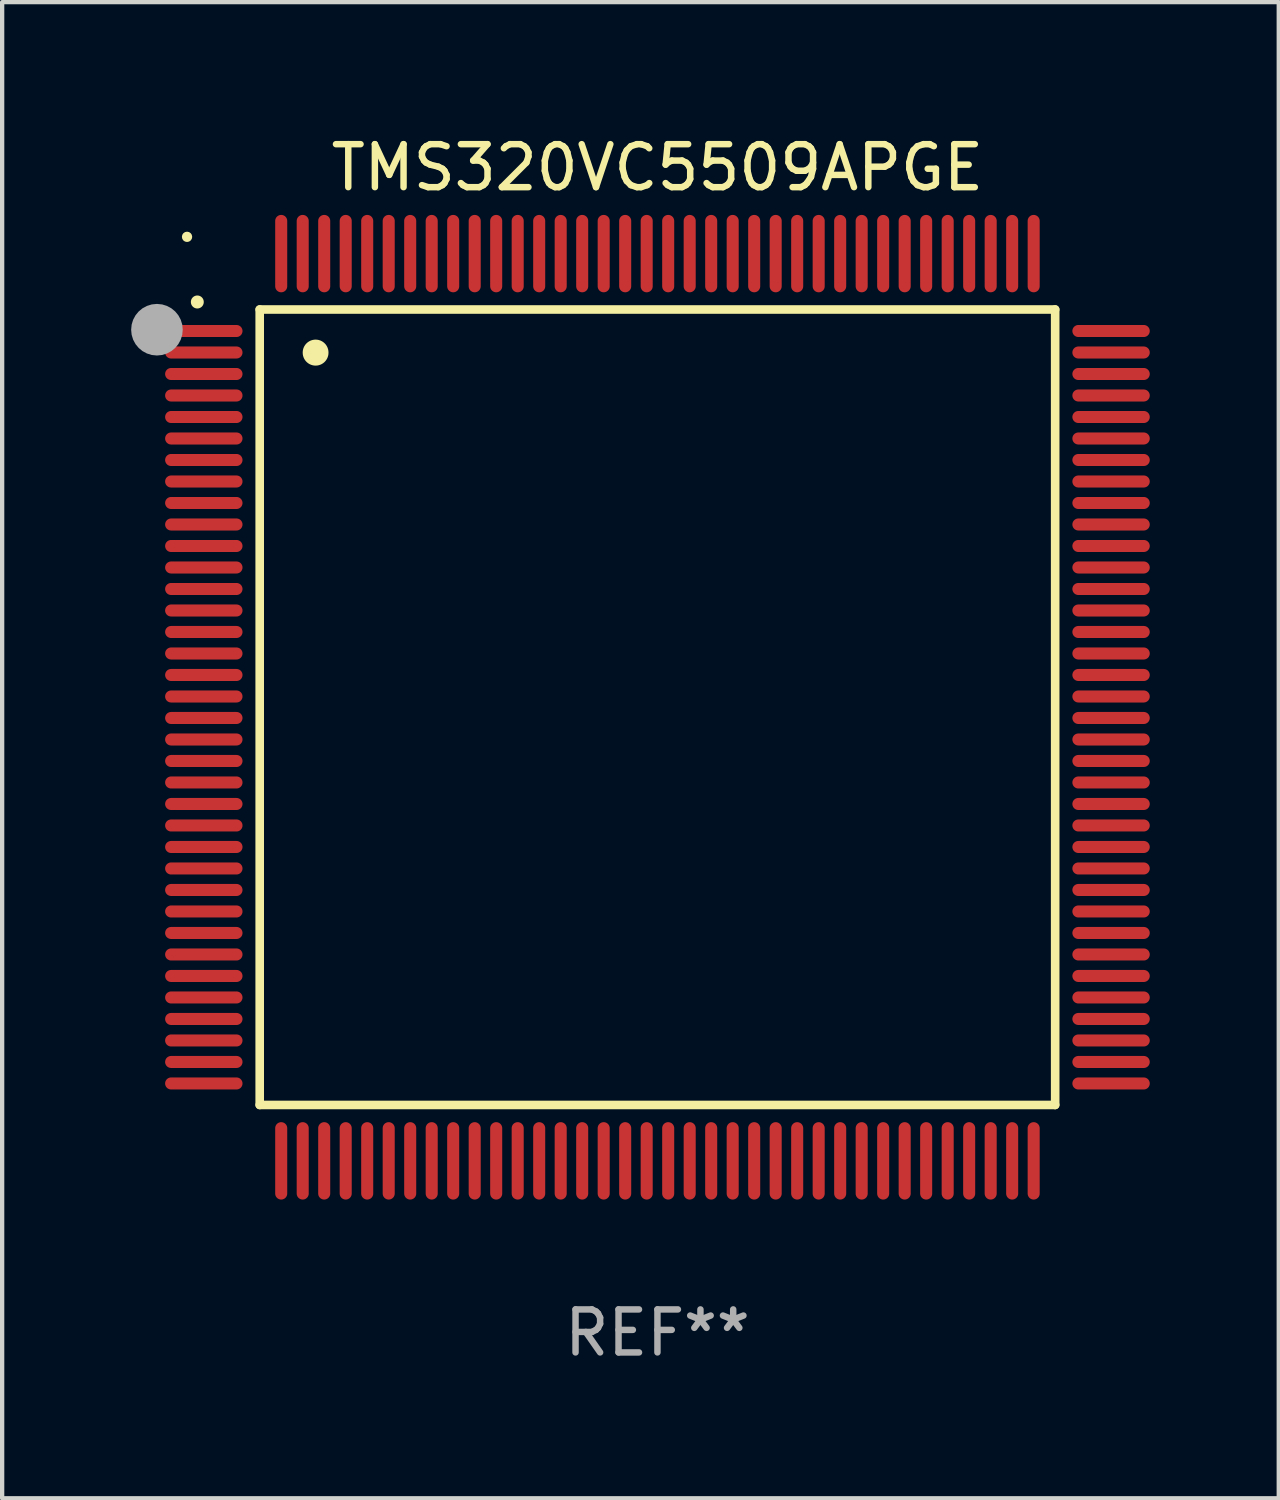
<source format=kicad_pcb>
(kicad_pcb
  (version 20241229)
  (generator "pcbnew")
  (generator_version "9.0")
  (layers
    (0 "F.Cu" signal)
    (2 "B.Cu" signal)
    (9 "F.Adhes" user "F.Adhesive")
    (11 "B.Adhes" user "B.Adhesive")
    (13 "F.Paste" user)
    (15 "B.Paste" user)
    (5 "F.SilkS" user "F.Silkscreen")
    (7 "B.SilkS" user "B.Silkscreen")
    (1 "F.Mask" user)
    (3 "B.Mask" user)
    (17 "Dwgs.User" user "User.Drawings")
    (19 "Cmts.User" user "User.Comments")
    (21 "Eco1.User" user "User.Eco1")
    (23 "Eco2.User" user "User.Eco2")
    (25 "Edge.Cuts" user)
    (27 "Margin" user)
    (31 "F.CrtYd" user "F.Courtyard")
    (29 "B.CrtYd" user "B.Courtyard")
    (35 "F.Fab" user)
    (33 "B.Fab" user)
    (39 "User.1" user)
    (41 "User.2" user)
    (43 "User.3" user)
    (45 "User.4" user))
  (footprint "TMS320VC5509APGE"
    (layer "F.Cu")
    (at 12.24 13.398)
    (property "Reference" "TMS320VC5509APGE" (at 0 -12.55 0) (layer "F.SilkS") (effects (font (size 1 1) (thickness 0.15))))
    (attr through_hole)
    (fp_line (start -9.25 -9.25) (end 9.25 -9.25) (stroke (width 0.2) (type solid)) (layer "F.SilkS"))
    (fp_line (start -9.25 9.25) (end -9.25 -9.25) (stroke (width 0.2) (type solid)) (layer "F.SilkS"))
    (fp_line (start 9.25 -9.25) (end 9.25 9.25) (stroke (width 0.2) (type solid)) (layer "F.SilkS"))
    (fp_line (start 9.25 9.25) (end -9.25 9.25) (stroke (width 0.2) (type solid)) (layer "F.SilkS"))
    (fp_arc (start -10.701041 -9.423419) (mid -10.701046 -9.424689) (end -10.701041 -9.425959) (stroke (width 0.3) (type solid)) (layer "F.SilkS"))
    (fp_arc (start -7.950216 -8.244856) (mid -7.950227 -8.247396) (end -7.950216 -8.249936) (stroke (width 0.6) (type solid)) (layer "F.SilkS"))
    (fp_circle (center -10.94 -10.94) (end -10.88 -10.94) (stroke (width 0.12) (type solid)) (fill no) (layer "F.SilkS"))
    (fp_circle (center -11.64 -8.78) (end -11.34 -8.78) (stroke (width 0.6) (type solid)) (fill no) (layer "F.Fab"))
    (fp_text user "REF**" (at 0 14.55 0) (layer "F.Fab") (effects (font (size 1 1) (thickness 0.15))))
    (pad "1" smd oval (at -10.55 -8.75 90) (size 0.28 1.8) (layers "F.Cu" "F.Mask" "F.Paste"))
    (pad "2" smd oval (at -10.55 -8.25 90) (size 0.28 1.8) (layers "F.Cu" "F.Mask" "F.Paste"))
    (pad "3" smd oval (at -10.55 -7.75 90) (size 0.28 1.8) (layers "F.Cu" "F.Mask" "F.Paste"))
    (pad "4" smd oval (at -10.55 -7.25 90) (size 0.28 1.8) (layers "F.Cu" "F.Mask" "F.Paste"))
    (pad "5" smd oval (at -10.55 -6.75 90) (size 0.28 1.8) (layers "F.Cu" "F.Mask" "F.Paste"))
    (pad "6" smd oval (at -10.55 -6.25 90) (size 0.28 1.8) (layers "F.Cu" "F.Mask" "F.Paste"))
    (pad "7" smd oval (at -10.55 -5.75 90) (size 0.28 1.8) (layers "F.Cu" "F.Mask" "F.Paste"))
    (pad "8" smd oval (at -10.55 -5.25 90) (size 0.28 1.8) (layers "F.Cu" "F.Mask" "F.Paste"))
    (pad "9" smd oval (at -10.55 -4.75 90) (size 0.28 1.8) (layers "F.Cu" "F.Mask" "F.Paste"))
    (pad "10" smd oval (at -10.55 -4.25 90) (size 0.28 1.8) (layers "F.Cu" "F.Mask" "F.Paste"))
    (pad "11" smd oval (at -10.55 -3.75 90) (size 0.28 1.8) (layers "F.Cu" "F.Mask" "F.Paste"))
    (pad "12" smd oval (at -10.55 -3.25 90) (size 0.28 1.8) (layers "F.Cu" "F.Mask" "F.Paste"))
    (pad "13" smd oval (at -10.55 -2.75 90) (size 0.28 1.8) (layers "F.Cu" "F.Mask" "F.Paste"))
    (pad "14" smd oval (at -10.55 -2.25 90) (size 0.28 1.8) (layers "F.Cu" "F.Mask" "F.Paste"))
    (pad "15" smd oval (at -10.55 -1.75 90) (size 0.28 1.8) (layers "F.Cu" "F.Mask" "F.Paste"))
    (pad "16" smd oval (at -10.55 -1.25 90) (size 0.28 1.8) (layers "F.Cu" "F.Mask" "F.Paste"))
    (pad "17" smd oval (at -10.55 -0.75 90) (size 0.28 1.8) (layers "F.Cu" "F.Mask" "F.Paste"))
    (pad "18" smd oval (at -10.55 -0.25 90) (size 0.28 1.8) (layers "F.Cu" "F.Mask" "F.Paste"))
    (pad "19" smd oval (at -10.55 0.25 90) (size 0.28 1.8) (layers "F.Cu" "F.Mask" "F.Paste"))
    (pad "20" smd oval (at -10.55 0.75 90) (size 0.28 1.8) (layers "F.Cu" "F.Mask" "F.Paste"))
    (pad "21" smd oval (at -10.55 1.25 90) (size 0.28 1.8) (layers "F.Cu" "F.Mask" "F.Paste"))
    (pad "22" smd oval (at -10.55 1.75 90) (size 0.28 1.8) (layers "F.Cu" "F.Mask" "F.Paste"))
    (pad "23" smd oval (at -10.55 2.25 90) (size 0.28 1.8) (layers "F.Cu" "F.Mask" "F.Paste"))
    (pad "24" smd oval (at -10.55 2.75 90) (size 0.28 1.8) (layers "F.Cu" "F.Mask" "F.Paste"))
    (pad "25" smd oval (at -10.55 3.25 90) (size 0.28 1.8) (layers "F.Cu" "F.Mask" "F.Paste"))
    (pad "26" smd oval (at -10.55 3.75 90) (size 0.28 1.8) (layers "F.Cu" "F.Mask" "F.Paste"))
    (pad "27" smd oval (at -10.55 4.25 90) (size 0.28 1.8) (layers "F.Cu" "F.Mask" "F.Paste"))
    (pad "28" smd oval (at -10.55 4.75 90) (size 0.28 1.8) (layers "F.Cu" "F.Mask" "F.Paste"))
    (pad "29" smd oval (at -10.55 5.25 90) (size 0.28 1.8) (layers "F.Cu" "F.Mask" "F.Paste"))
    (pad "30" smd oval (at -10.55 5.75 90) (size 0.28 1.8) (layers "F.Cu" "F.Mask" "F.Paste"))
    (pad "31" smd oval (at -10.55 6.25 90) (size 0.28 1.8) (layers "F.Cu" "F.Mask" "F.Paste"))
    (pad "32" smd oval (at -10.55 6.75 90) (size 0.28 1.8) (layers "F.Cu" "F.Mask" "F.Paste"))
    (pad "33" smd oval (at -10.55 7.25 90) (size 0.28 1.8) (layers "F.Cu" "F.Mask" "F.Paste"))
    (pad "34" smd oval (at -10.55 7.75 90) (size 0.28 1.8) (layers "F.Cu" "F.Mask" "F.Paste"))
    (pad "35" smd oval (at -10.55 8.25 90) (size 0.28 1.8) (layers "F.Cu" "F.Mask" "F.Paste"))
    (pad "36" smd oval (at -10.55 8.75 90) (size 0.28 1.8) (layers "F.Cu" "F.Mask" "F.Paste"))
    (pad "37" smd oval (at -8.75 10.55) (size 0.28 1.8) (layers "F.Cu" "F.Mask" "F.Paste"))
    (pad "38" smd oval (at -8.25 10.55) (size 0.28 1.8) (layers "F.Cu" "F.Mask" "F.Paste"))
    (pad "39" smd oval (at -7.75 10.55) (size 0.28 1.8) (layers "F.Cu" "F.Mask" "F.Paste"))
    (pad "40" smd oval (at -7.25 10.55) (size 0.28 1.8) (layers "F.Cu" "F.Mask" "F.Paste"))
    (pad "41" smd oval (at -6.75 10.55) (size 0.28 1.8) (layers "F.Cu" "F.Mask" "F.Paste"))
    (pad "42" smd oval (at -6.25 10.55) (size 0.28 1.8) (layers "F.Cu" "F.Mask" "F.Paste"))
    (pad "43" smd oval (at -5.75 10.55) (size 0.28 1.8) (layers "F.Cu" "F.Mask" "F.Paste"))
    (pad "44" smd oval (at -5.25 10.55) (size 0.28 1.8) (layers "F.Cu" "F.Mask" "F.Paste"))
    (pad "45" smd oval (at -4.75 10.55) (size 0.28 1.8) (layers "F.Cu" "F.Mask" "F.Paste"))
    (pad "46" smd oval (at -4.25 10.55) (size 0.28 1.8) (layers "F.Cu" "F.Mask" "F.Paste"))
    (pad "47" smd oval (at -3.75 10.55) (size 0.28 1.8) (layers "F.Cu" "F.Mask" "F.Paste"))
    (pad "48" smd oval (at -3.25 10.55) (size 0.28 1.8) (layers "F.Cu" "F.Mask" "F.Paste"))
    (pad "49" smd oval (at -2.75 10.55) (size 0.28 1.8) (layers "F.Cu" "F.Mask" "F.Paste"))
    (pad "50" smd oval (at -2.25 10.55) (size 0.28 1.8) (layers "F.Cu" "F.Mask" "F.Paste"))
    (pad "51" smd oval (at -1.75 10.55) (size 0.28 1.8) (layers "F.Cu" "F.Mask" "F.Paste"))
    (pad "52" smd oval (at -1.25 10.55) (size 0.28 1.8) (layers "F.Cu" "F.Mask" "F.Paste"))
    (pad "53" smd oval (at -0.75 10.55) (size 0.28 1.8) (layers "F.Cu" "F.Mask" "F.Paste"))
    (pad "54" smd oval (at -0.25 10.55) (size 0.28 1.8) (layers "F.Cu" "F.Mask" "F.Paste"))
    (pad "55" smd oval (at 0.25 10.55) (size 0.28 1.8) (layers "F.Cu" "F.Mask" "F.Paste"))
    (pad "56" smd oval (at 0.75 10.55) (size 0.28 1.8) (layers "F.Cu" "F.Mask" "F.Paste"))
    (pad "57" smd oval (at 1.25 10.55) (size 0.28 1.8) (layers "F.Cu" "F.Mask" "F.Paste"))
    (pad "58" smd oval (at 1.75 10.55) (size 0.28 1.8) (layers "F.Cu" "F.Mask" "F.Paste"))
    (pad "59" smd oval (at 2.25 10.55) (size 0.28 1.8) (layers "F.Cu" "F.Mask" "F.Paste"))
    (pad "60" smd oval (at 2.75 10.55) (size 0.28 1.8) (layers "F.Cu" "F.Mask" "F.Paste"))
    (pad "61" smd oval (at 3.25 10.55) (size 0.28 1.8) (layers "F.Cu" "F.Mask" "F.Paste"))
    (pad "62" smd oval (at 3.75 10.55) (size 0.28 1.8) (layers "F.Cu" "F.Mask" "F.Paste"))
    (pad "63" smd oval (at 4.25 10.55) (size 0.28 1.8) (layers "F.Cu" "F.Mask" "F.Paste"))
    (pad "64" smd oval (at 4.75 10.55) (size 0.28 1.8) (layers "F.Cu" "F.Mask" "F.Paste"))
    (pad "65" smd oval (at 5.25 10.55) (size 0.28 1.8) (layers "F.Cu" "F.Mask" "F.Paste"))
    (pad "66" smd oval (at 5.75 10.55) (size 0.28 1.8) (layers "F.Cu" "F.Mask" "F.Paste"))
    (pad "67" smd oval (at 6.25 10.55) (size 0.28 1.8) (layers "F.Cu" "F.Mask" "F.Paste"))
    (pad "68" smd oval (at 6.75 10.55) (size 0.28 1.8) (layers "F.Cu" "F.Mask" "F.Paste"))
    (pad "69" smd oval (at 7.25 10.55) (size 0.28 1.8) (layers "F.Cu" "F.Mask" "F.Paste"))
    (pad "70" smd oval (at 7.75 10.55) (size 0.28 1.8) (layers "F.Cu" "F.Mask" "F.Paste"))
    (pad "71" smd oval (at 8.25 10.55) (size 0.28 1.8) (layers "F.Cu" "F.Mask" "F.Paste"))
    (pad "72" smd oval (at 8.75 10.55) (size 0.28 1.8) (layers "F.Cu" "F.Mask" "F.Paste"))
    (pad "73" smd oval (at 10.55 8.75 90) (size 0.28 1.8) (layers "F.Cu" "F.Mask" "F.Paste"))
    (pad "74" smd oval (at 10.55 8.25 90) (size 0.28 1.8) (layers "F.Cu" "F.Mask" "F.Paste"))
    (pad "75" smd oval (at 10.55 7.75 90) (size 0.28 1.8) (layers "F.Cu" "F.Mask" "F.Paste"))
    (pad "76" smd oval (at 10.55 7.25 90) (size 0.28 1.8) (layers "F.Cu" "F.Mask" "F.Paste"))
    (pad "77" smd oval (at 10.55 6.75 90) (size 0.28 1.8) (layers "F.Cu" "F.Mask" "F.Paste"))
    (pad "78" smd oval (at 10.55 6.25 90) (size 0.28 1.8) (layers "F.Cu" "F.Mask" "F.Paste"))
    (pad "79" smd oval (at 10.55 5.75 90) (size 0.28 1.8) (layers "F.Cu" "F.Mask" "F.Paste"))
    (pad "80" smd oval (at 10.55 5.25 90) (size 0.28 1.8) (layers "F.Cu" "F.Mask" "F.Paste"))
    (pad "81" smd oval (at 10.55 4.75 90) (size 0.28 1.8) (layers "F.Cu" "F.Mask" "F.Paste"))
    (pad "82" smd oval (at 10.55 4.25 90) (size 0.28 1.8) (layers "F.Cu" "F.Mask" "F.Paste"))
    (pad "83" smd oval (at 10.55 3.75 90) (size 0.28 1.8) (layers "F.Cu" "F.Mask" "F.Paste"))
    (pad "84" smd oval (at 10.55 3.25 90) (size 0.28 1.8) (layers "F.Cu" "F.Mask" "F.Paste"))
    (pad "85" smd oval (at 10.55 2.75 90) (size 0.28 1.8) (layers "F.Cu" "F.Mask" "F.Paste"))
    (pad "86" smd oval (at 10.55 2.25 90) (size 0.28 1.8) (layers "F.Cu" "F.Mask" "F.Paste"))
    (pad "87" smd oval (at 10.55 1.75 90) (size 0.28 1.8) (layers "F.Cu" "F.Mask" "F.Paste"))
    (pad "88" smd oval (at 10.55 1.25 90) (size 0.28 1.8) (layers "F.Cu" "F.Mask" "F.Paste"))
    (pad "89" smd oval (at 10.55 0.75 90) (size 0.28 1.8) (layers "F.Cu" "F.Mask" "F.Paste"))
    (pad "90" smd oval (at 10.55 0.25 90) (size 0.28 1.8) (layers "F.Cu" "F.Mask" "F.Paste"))
    (pad "91" smd oval (at 10.55 -0.25 90) (size 0.28 1.8) (layers "F.Cu" "F.Mask" "F.Paste"))
    (pad "92" smd oval (at 10.55 -0.75 90) (size 0.28 1.8) (layers "F.Cu" "F.Mask" "F.Paste"))
    (pad "93" smd oval (at 10.55 -1.25 90) (size 0.28 1.8) (layers "F.Cu" "F.Mask" "F.Paste"))
    (pad "94" smd oval (at 10.55 -1.75 90) (size 0.28 1.8) (layers "F.Cu" "F.Mask" "F.Paste"))
    (pad "95" smd oval (at 10.55 -2.25 90) (size 0.28 1.8) (layers "F.Cu" "F.Mask" "F.Paste"))
    (pad "96" smd oval (at 10.55 -2.75 90) (size 0.28 1.8) (layers "F.Cu" "F.Mask" "F.Paste"))
    (pad "97" smd oval (at 10.55 -3.25 90) (size 0.28 1.8) (layers "F.Cu" "F.Mask" "F.Paste"))
    (pad "98" smd oval (at 10.55 -3.75 90) (size 0.28 1.8) (layers "F.Cu" "F.Mask" "F.Paste"))
    (pad "99" smd oval (at 10.55 -4.25 90) (size 0.28 1.8) (layers "F.Cu" "F.Mask" "F.Paste"))
    (pad "100" smd oval (at 10.55 -4.75 90) (size 0.28 1.8) (layers "F.Cu" "F.Mask" "F.Paste"))
    (pad "101" smd oval (at 10.55 -5.25 90) (size 0.28 1.8) (layers "F.Cu" "F.Mask" "F.Paste"))
    (pad "102" smd oval (at 10.55 -5.75 90) (size 0.28 1.8) (layers "F.Cu" "F.Mask" "F.Paste"))
    (pad "103" smd oval (at 10.55 -6.25 90) (size 0.28 1.8) (layers "F.Cu" "F.Mask" "F.Paste"))
    (pad "104" smd oval (at 10.55 -6.75 90) (size 0.28 1.8) (layers "F.Cu" "F.Mask" "F.Paste"))
    (pad "105" smd oval (at 10.55 -7.25 90) (size 0.28 1.8) (layers "F.Cu" "F.Mask" "F.Paste"))
    (pad "106" smd oval (at 10.55 -7.75 90) (size 0.28 1.8) (layers "F.Cu" "F.Mask" "F.Paste"))
    (pad "107" smd oval (at 10.55 -8.25 90) (size 0.28 1.8) (layers "F.Cu" "F.Mask" "F.Paste"))
    (pad "108" smd oval (at 10.55 -8.75 90) (size 0.28 1.8) (layers "F.Cu" "F.Mask" "F.Paste"))
    (pad "109" smd oval (at 8.75 -10.55) (size 0.28 1.8) (layers "F.Cu" "F.Mask" "F.Paste"))
    (pad "110" smd oval (at 8.25 -10.55) (size 0.28 1.8) (layers "F.Cu" "F.Mask" "F.Paste"))
    (pad "111" smd oval (at 7.75 -10.55) (size 0.28 1.8) (layers "F.Cu" "F.Mask" "F.Paste"))
    (pad "112" smd oval (at 7.25 -10.55) (size 0.28 1.8) (layers "F.Cu" "F.Mask" "F.Paste"))
    (pad "113" smd oval (at 6.75 -10.55) (size 0.28 1.8) (layers "F.Cu" "F.Mask" "F.Paste"))
    (pad "114" smd oval (at 6.25 -10.55) (size 0.28 1.8) (layers "F.Cu" "F.Mask" "F.Paste"))
    (pad "115" smd oval (at 5.75 -10.55) (size 0.28 1.8) (layers "F.Cu" "F.Mask" "F.Paste"))
    (pad "116" smd oval (at 5.25 -10.55) (size 0.28 1.8) (layers "F.Cu" "F.Mask" "F.Paste"))
    (pad "117" smd oval (at 4.75 -10.55) (size 0.28 1.8) (layers "F.Cu" "F.Mask" "F.Paste"))
    (pad "118" smd oval (at 4.25 -10.55) (size 0.28 1.8) (layers "F.Cu" "F.Mask" "F.Paste"))
    (pad "119" smd oval (at 3.75 -10.55) (size 0.28 1.8) (layers "F.Cu" "F.Mask" "F.Paste"))
    (pad "120" smd oval (at 3.25 -10.55) (size 0.28 1.8) (layers "F.Cu" "F.Mask" "F.Paste"))
    (pad "121" smd oval (at 2.75 -10.55) (size 0.28 1.8) (layers "F.Cu" "F.Mask" "F.Paste"))
    (pad "122" smd oval (at 2.25 -10.55) (size 0.28 1.8) (layers "F.Cu" "F.Mask" "F.Paste"))
    (pad "123" smd oval (at 1.75 -10.55) (size 0.28 1.8) (layers "F.Cu" "F.Mask" "F.Paste"))
    (pad "124" smd oval (at 1.25 -10.55) (size 0.28 1.8) (layers "F.Cu" "F.Mask" "F.Paste"))
    (pad "125" smd oval (at 0.75 -10.55) (size 0.28 1.8) (layers "F.Cu" "F.Mask" "F.Paste"))
    (pad "126" smd oval (at 0.25 -10.55) (size 0.28 1.8) (layers "F.Cu" "F.Mask" "F.Paste"))
    (pad "127" smd oval (at -0.25 -10.55) (size 0.28 1.8) (layers "F.Cu" "F.Mask" "F.Paste"))
    (pad "128" smd oval (at -0.75 -10.55) (size 0.28 1.8) (layers "F.Cu" "F.Mask" "F.Paste"))
    (pad "129" smd oval (at -1.25 -10.55) (size 0.28 1.8) (layers "F.Cu" "F.Mask" "F.Paste"))
    (pad "130" smd oval (at -1.75 -10.55) (size 0.28 1.8) (layers "F.Cu" "F.Mask" "F.Paste"))
    (pad "131" smd oval (at -2.25 -10.55) (size 0.28 1.8) (layers "F.Cu" "F.Mask" "F.Paste"))
    (pad "132" smd oval (at -2.75 -10.55) (size 0.28 1.8) (layers "F.Cu" "F.Mask" "F.Paste"))
    (pad "133" smd oval (at -3.25 -10.55) (size 0.28 1.8) (layers "F.Cu" "F.Mask" "F.Paste"))
    (pad "134" smd oval (at -3.75 -10.55) (size 0.28 1.8) (layers "F.Cu" "F.Mask" "F.Paste"))
    (pad "135" smd oval (at -4.25 -10.55) (size 0.28 1.8) (layers "F.Cu" "F.Mask" "F.Paste"))
    (pad "136" smd oval (at -4.75 -10.55) (size 0.28 1.8) (layers "F.Cu" "F.Mask" "F.Paste"))
    (pad "137" smd oval (at -5.25 -10.55) (size 0.28 1.8) (layers "F.Cu" "F.Mask" "F.Paste"))
    (pad "138" smd oval (at -5.75 -10.55) (size 0.28 1.8) (layers "F.Cu" "F.Mask" "F.Paste"))
    (pad "139" smd oval (at -6.25 -10.55) (size 0.28 1.8) (layers "F.Cu" "F.Mask" "F.Paste"))
    (pad "140" smd oval (at -6.75 -10.55) (size 0.28 1.8) (layers "F.Cu" "F.Mask" "F.Paste"))
    (pad "141" smd oval (at -7.25 -10.55) (size 0.28 1.8) (layers "F.Cu" "F.Mask" "F.Paste"))
    (pad "142" smd oval (at -7.75 -10.55) (size 0.28 1.8) (layers "F.Cu" "F.Mask" "F.Paste"))
    (pad "143" smd oval (at -8.25 -10.55) (size 0.28 1.8) (layers "F.Cu" "F.Mask" "F.Paste"))
    (pad "144" smd oval (at -8.75 -10.55) (size 0.28 1.8) (layers "F.Cu" "F.Mask" "F.Paste")))
  (gr_rect
    (start -3 -3)
    (end 26.69 31.796)
    (stroke (width 0.1) (type default))
    (fill no)
    (layer "Edge.Cuts")))
</source>
